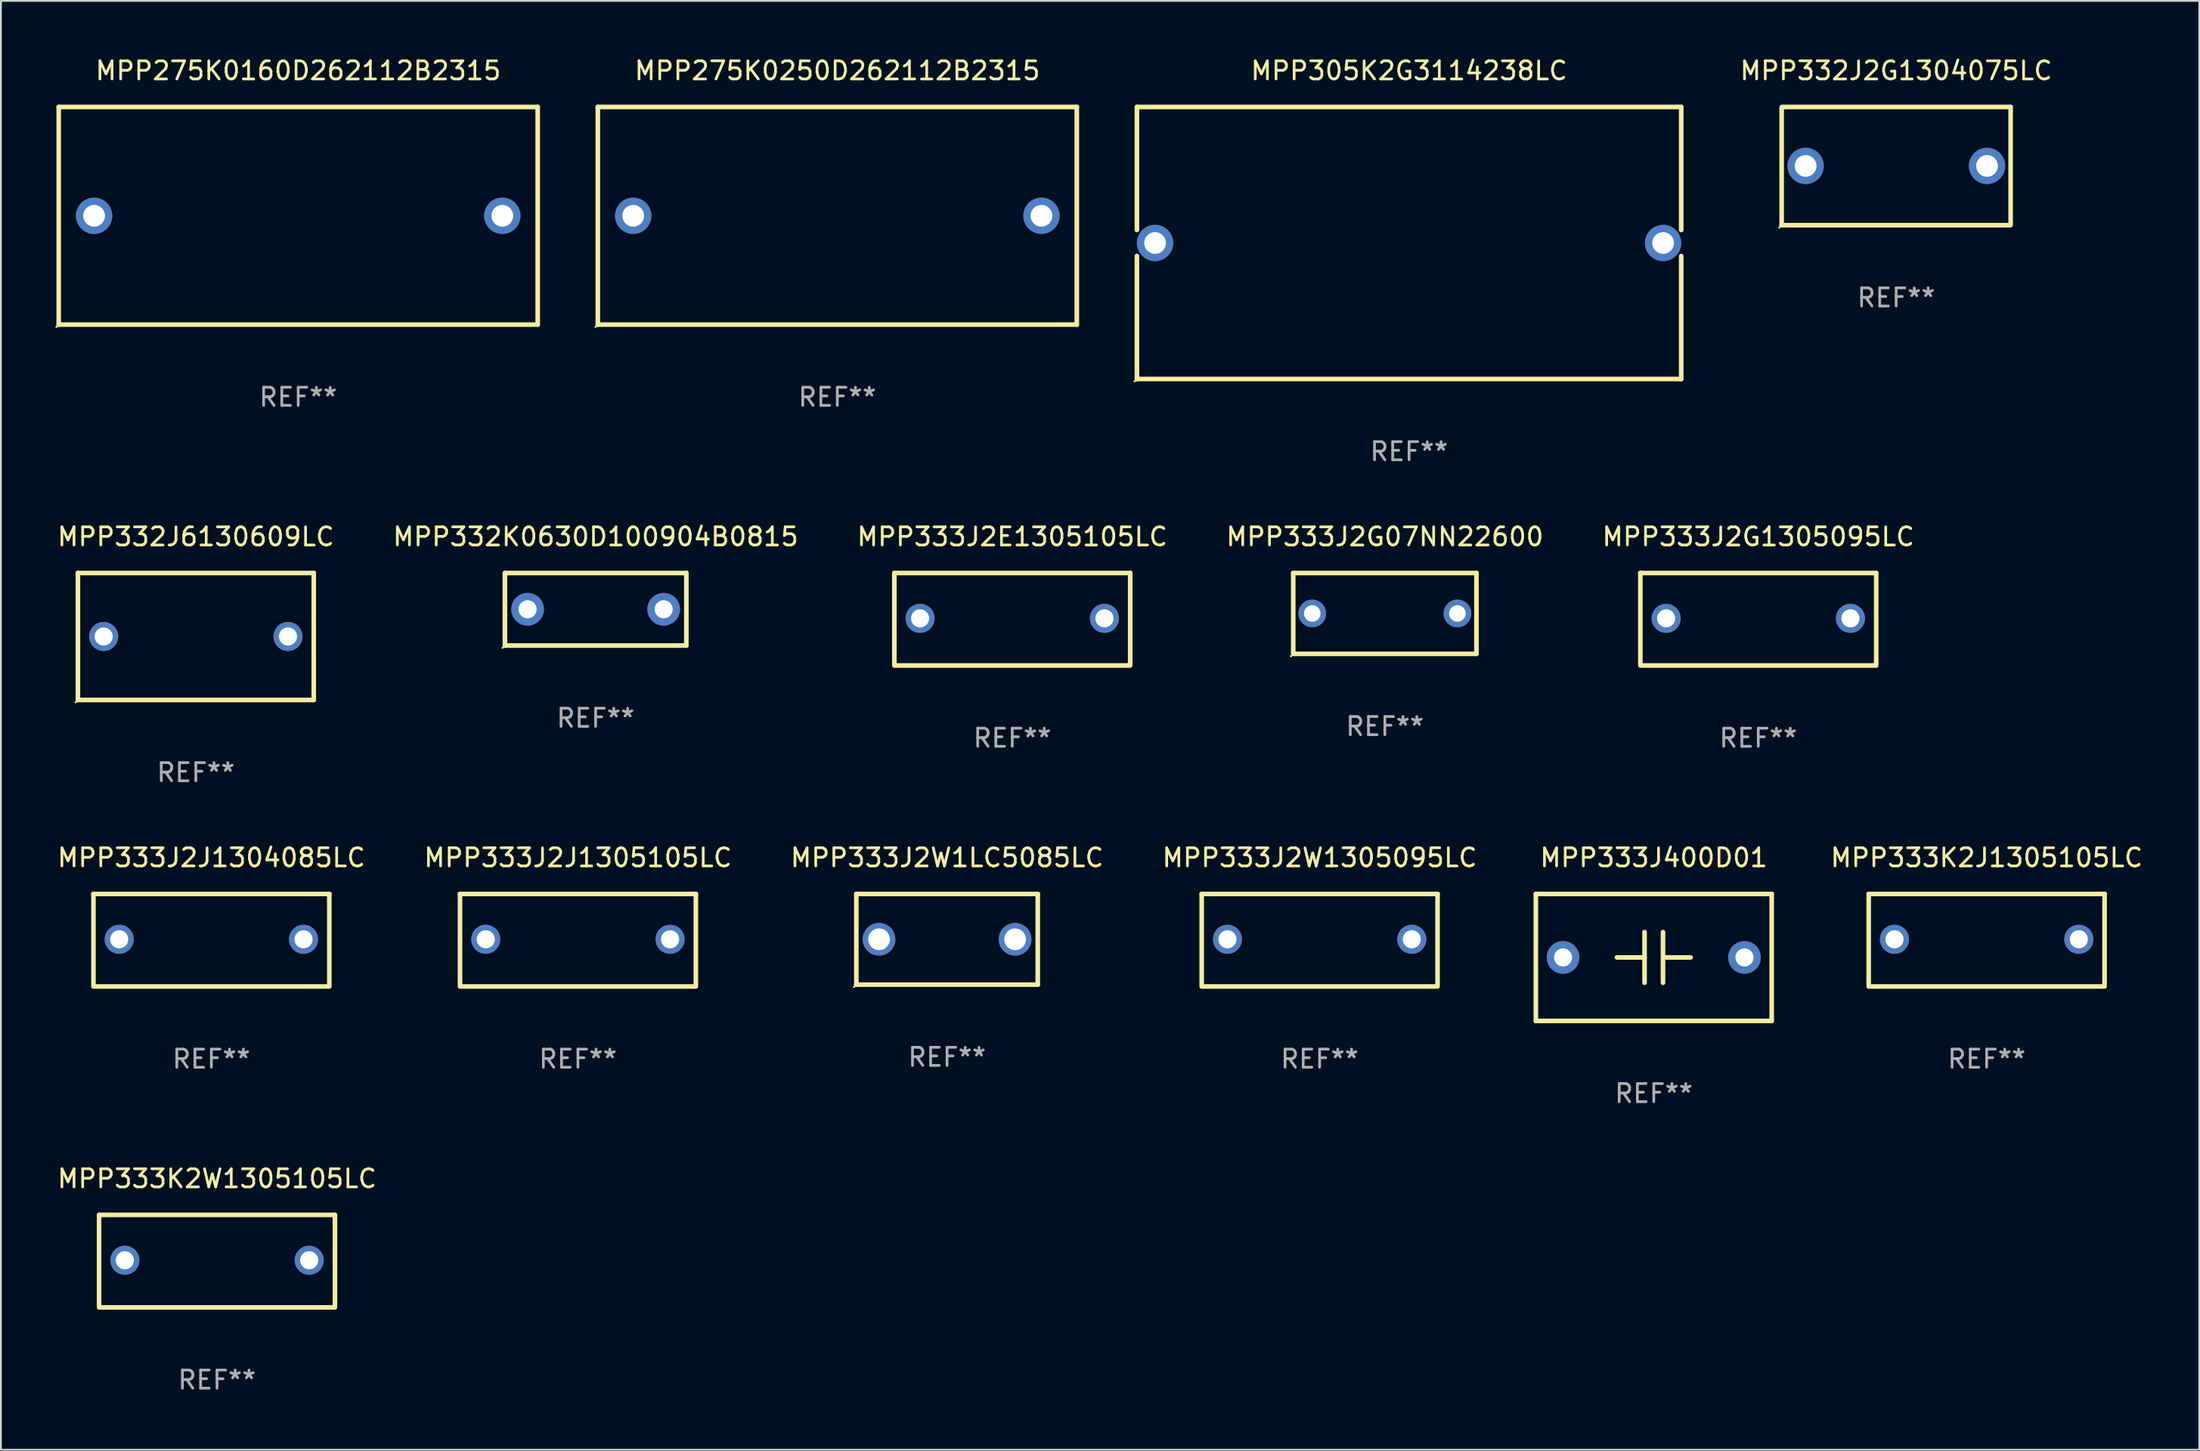
<source format=kicad_pcb>
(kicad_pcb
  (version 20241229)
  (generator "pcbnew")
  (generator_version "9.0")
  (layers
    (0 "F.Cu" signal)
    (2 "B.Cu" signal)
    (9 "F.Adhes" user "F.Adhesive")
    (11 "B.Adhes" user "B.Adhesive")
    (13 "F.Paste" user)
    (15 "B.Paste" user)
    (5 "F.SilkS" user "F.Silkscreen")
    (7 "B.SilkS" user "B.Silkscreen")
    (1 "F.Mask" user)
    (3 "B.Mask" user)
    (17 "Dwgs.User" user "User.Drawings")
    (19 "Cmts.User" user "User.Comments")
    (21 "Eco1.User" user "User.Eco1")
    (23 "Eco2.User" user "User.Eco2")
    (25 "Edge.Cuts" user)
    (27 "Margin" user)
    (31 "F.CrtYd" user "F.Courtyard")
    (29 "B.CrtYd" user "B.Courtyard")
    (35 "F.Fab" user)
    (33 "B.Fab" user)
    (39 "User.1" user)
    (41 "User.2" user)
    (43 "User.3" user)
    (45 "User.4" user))
  (footprint "MPP332K0630D100904B0815"
    (layer "F.Cu")
    (at 29.78 30.545)
    (property "Reference" "MPP332K0630D100904B0815" (at 0 -4 0) (layer "F.SilkS") (effects (font (size 1 1) (thickness 0.15))))
    (attr through_hole)
    (fp_line (start -5 -2) (end 5 -2) (stroke (width 0.254) (type solid)) (layer "F.SilkS"))
    (fp_line (start -5 2) (end -5 -2) (stroke (width 0.254) (type solid)) (layer "F.SilkS"))
    (fp_line (start 5 -2) (end 5 2) (stroke (width 0.254) (type solid)) (layer "F.SilkS"))
    (fp_line (start 5 2) (end -5 2) (stroke (width 0.254) (type solid)) (layer "F.SilkS"))
    (fp_circle (center -5.127 2.127) (end -5.097 2.127) (stroke (width 0.06) (type solid)) (fill no) (layer "F.SilkS"))
    (fp_text user "REF**" (at 0 6 0) (layer "F.Fab") (effects (font (size 1 1) (thickness 0.15))))
    (pad "1" thru_hole circle (at -3.75 0) (size 1.8 1.8) (drill 1) (layers "*.Cu" "*.Mask"))
    (pad "2" thru_hole circle (at 3.75 0) (size 1.8 1.8) (drill 1) (layers "*.Cu" "*.Mask")))
  (footprint "MPP275K0160D262112B2315"
    (layer "F.Cu")
    (at 13.387 8.848)
    (property "Reference" "MPP275K0160D262112B2315" (at 0 -8 0) (layer "F.SilkS") (effects (font (size 1 1) (thickness 0.15))))
    (attr through_hole)
    (fp_line (start -13.2 -6) (end 13.2 -6) (stroke (width 0.254) (type solid)) (layer "F.SilkS"))
    (fp_line (start -13.2 6) (end -13.2 -6) (stroke (width 0.254) (type solid)) (layer "F.SilkS"))
    (fp_line (start -13.2 6) (end 13.2 6) (stroke (width 0.254) (type solid)) (layer "F.SilkS"))
    (fp_line (start 13.2 -6) (end 13.2 6) (stroke (width 0.254) (type solid)) (layer "F.SilkS"))
    (fp_circle (center -13.327 6.127) (end -13.297 6.127) (stroke (width 0.06) (type solid)) (fill no) (layer "F.SilkS"))
    (fp_text user "REF**" (at 0 10 0) (layer "F.Fab") (effects (font (size 1 1) (thickness 0.15))))
    (pad "1" thru_hole circle (at -11.25 0) (size 2 2) (drill 1.2) (layers "*.Cu" "*.Mask"))
    (pad "2" thru_hole circle (at 11.25 0) (size 2 2) (drill 1.2) (layers "*.Cu" "*.Mask")))
  (footprint "MPP333J2G07NN22600"
    (layer "F.Cu")
    (at 73.28 30.775)
    (property "Reference" "MPP333J2G07NN22600" (at 0 -4.23 0) (layer "F.SilkS") (effects (font (size 1 1) (thickness 0.15))))
    (attr through_hole)
    (fp_line (start -5.05 -2.23) (end 5.05 -2.23) (stroke (width 0.254) (type solid)) (layer "F.SilkS"))
    (fp_line (start -5.05 2.23) (end -5.05 -2.23) (stroke (width 0.254) (type solid)) (layer "F.SilkS"))
    (fp_line (start 5.02 2.23) (end -4.98 2.23) (stroke (width 0.254) (type solid)) (layer "F.SilkS"))
    (fp_line (start 5.05 -2.23) (end 5.05 2.23) (stroke (width 0.254) (type solid)) (layer "F.SilkS"))
    (fp_circle (center -5.177 2.357) (end -5.147 2.357) (stroke (width 0.06) (type solid)) (fill no) (layer "F.SilkS"))
    (fp_text user "REF**" (at 0 6.23 0) (layer "F.Fab") (effects (font (size 1 1) (thickness 0.15))))
    (pad "1" thru_hole circle (at -4.001 0.000064) (size 1.524 1.524) (drill 0.914) (layers "*.Cu" "*.Mask"))
    (pad "2" thru_hole circle (at 4 0.000064) (size 1.524 1.524) (drill 0.914) (layers "*.Cu" "*.Mask")))
  (footprint "MPP332J6130609LC"
    (layer "F.Cu")
    (at 7.744 32.045)
    (property "Reference" "MPP332J6130609LC" (at 0 -5.5 0) (layer "F.SilkS") (effects (font (size 1 1) (thickness 0.15))))
    (attr through_hole)
    (fp_line (start -6.5 -3.5) (end 6.5 -3.5) (stroke (width 0.254) (type solid)) (layer "F.SilkS"))
    (fp_line (start -6.5 3.5) (end -6.5 -3.5) (stroke (width 0.254) (type solid)) (layer "F.SilkS"))
    (fp_line (start 6.5 -3.5) (end 6.5 3.5) (stroke (width 0.254) (type solid)) (layer "F.SilkS"))
    (fp_line (start 6.5 3.5) (end -6.5 3.5) (stroke (width 0.254) (type solid)) (layer "F.SilkS"))
    (fp_circle (center -6.627 3.627) (end -6.597 3.627) (stroke (width 0.06) (type solid)) (fill no) (layer "F.SilkS"))
    (fp_text user "REF**" (at 0 7.5 0) (layer "F.Fab") (effects (font (size 1 1) (thickness 0.15))))
    (pad "1" thru_hole circle (at -5.08 -0.000127) (size 1.6 1.6) (drill 1) (layers "*.Cu" "*.Mask"))
    (pad "2" thru_hole circle (at 5.08 -0.000127) (size 1.6 1.6) (drill 1) (layers "*.Cu" "*.Mask")))
  (footprint "MPP333J2J1305105LC"
    (layer "F.Cu")
    (at 28.804 48.791)
    (property "Reference" "MPP333J2J1305105LC" (at 0 -4.55 0) (layer "F.SilkS") (effects (font (size 1 1) (thickness 0.15))))
    (attr through_hole)
    (fp_line (start -6.5 -2.55) (end 6.5 -2.55) (stroke (width 0.254) (type solid)) (layer "F.SilkS"))
    (fp_line (start -6.5 2.45) (end -6.5 -2.55) (stroke (width 0.254) (type solid)) (layer "F.SilkS"))
    (fp_line (start 6.5 -2.55) (end 6.5 2.45) (stroke (width 0.254) (type solid)) (layer "F.SilkS"))
    (fp_line (start 6.5 2.55) (end -6.5 2.55) (stroke (width 0.254) (type solid)) (layer "F.SilkS"))
    (fp_circle (center -6.5 2.45) (end -6.47 2.45) (stroke (width 0.06) (type solid)) (fill no) (layer "F.SilkS"))
    (fp_text user "REF**" (at 0 6.55 0) (layer "F.Fab") (effects (font (size 1 1) (thickness 0.15))))
    (pad "1" thru_hole circle (at -5.08 -0.05) (size 1.6 1.6) (drill 1) (layers "*.Cu" "*.Mask"))
    (pad "2" thru_hole circle (at 5.08 -0.05) (size 1.6 1.6) (drill 1) (layers "*.Cu" "*.Mask")))
  (footprint "MPP332J2G1304075LC"
    (layer "F.Cu")
    (at 101.462 6.108)
    (property "Reference" "MPP332J2G1304075LC" (at 0 -5.26 0) (layer "F.SilkS") (effects (font (size 1 1) (thickness 0.15))))
    (attr through_hole)
    (fp_line (start -6.31 3.26) (end -6.31 -3.24) (stroke (width 0.254) (type solid)) (layer "F.SilkS"))
    (fp_line (start -6.29 -3.26) (end 6.31 -3.26) (stroke (width 0.254) (type solid)) (layer "F.SilkS"))
    (fp_line (start 6.29 3.26) (end -6.31 3.26) (stroke (width 0.254) (type solid)) (layer "F.SilkS"))
    (fp_line (start 6.31 -3.26) (end 6.31 3.24) (stroke (width 0.254) (type solid)) (layer "F.SilkS"))
    (fp_circle (center -6.437 3.387) (end -6.407 3.387) (stroke (width 0.06) (type solid)) (fill no) (layer "F.SilkS"))
    (fp_text user "REF**" (at 0 7.26 0) (layer "F.Fab") (effects (font (size 1 1) (thickness 0.15))))
    (pad "1" thru_hole circle (at -4.99 -0.01) (size 2 2) (drill 1.2) (layers "*.Cu" "*.Mask"))
    (pad "2" thru_hole circle (at 5.01 -0.01) (size 2 2) (drill 1.2) (layers "*.Cu" "*.Mask")))
  (footprint "MPP333K2W1305105LC"
    (layer "F.Cu")
    (at 8.911 66.488)
    (property "Reference" "MPP333K2W1305105LC" (at 0 -4.55 0) (layer "F.SilkS") (effects (font (size 1 1) (thickness 0.15))))
    (attr through_hole)
    (fp_line (start -6.5 -2.55) (end 6.5 -2.55) (stroke (width 0.254) (type solid)) (layer "F.SilkS"))
    (fp_line (start -6.5 2.45) (end -6.5 -2.55) (stroke (width 0.254) (type solid)) (layer "F.SilkS"))
    (fp_line (start 6.5 -2.55) (end 6.5 2.45) (stroke (width 0.254) (type solid)) (layer "F.SilkS"))
    (fp_line (start 6.5 2.55) (end -6.5 2.55) (stroke (width 0.254) (type solid)) (layer "F.SilkS"))
    (fp_circle (center -6.5 2.45) (end -6.47 2.45) (stroke (width 0.06) (type solid)) (fill no) (layer "F.SilkS"))
    (fp_text user "REF**" (at 0 6.55 0) (layer "F.Fab") (effects (font (size 1 1) (thickness 0.15))))
    (pad "1" thru_hole circle (at -5.08 -0.05) (size 1.6 1.6) (drill 1) (layers "*.Cu" "*.Mask"))
    (pad "2" thru_hole circle (at 5.08 -0.05) (size 1.6 1.6) (drill 1) (layers "*.Cu" "*.Mask")))
  (footprint "MPP333K2J1305105LC"
    (layer "F.Cu")
    (at 106.45 48.791)
    (property "Reference" "MPP333K2J1305105LC" (at 0 -4.55 0) (layer "F.SilkS") (effects (font (size 1 1) (thickness 0.15))))
    (attr through_hole)
    (fp_line (start -6.5 -2.55) (end 6.5 -2.55) (stroke (width 0.254) (type solid)) (layer "F.SilkS"))
    (fp_line (start -6.5 2.45) (end -6.5 -2.55) (stroke (width 0.254) (type solid)) (layer "F.SilkS"))
    (fp_line (start 6.5 -2.55) (end 6.5 2.45) (stroke (width 0.254) (type solid)) (layer "F.SilkS"))
    (fp_line (start 6.5 2.55) (end -6.5 2.55) (stroke (width 0.254) (type solid)) (layer "F.SilkS"))
    (fp_circle (center -6.5 2.45) (end -6.47 2.45) (stroke (width 0.06) (type solid)) (fill no) (layer "F.SilkS"))
    (fp_text user "REF**" (at 0 6.55 0) (layer "F.Fab") (effects (font (size 1 1) (thickness 0.15))))
    (pad "1" thru_hole circle (at -5.08 -0.05) (size 1.6 1.6) (drill 1) (layers "*.Cu" "*.Mask"))
    (pad "2" thru_hole circle (at 5.08 -0.05) (size 1.6 1.6) (drill 1) (layers "*.Cu" "*.Mask")))
  (footprint "MPP333J400D01"
    (layer "F.Cu")
    (at 88.103 49.741)
    (property "Reference" "MPP333J400D01" (at 0 -5.5 0) (layer "F.SilkS") (effects (font (size 1 1) (thickness 0.15))))
    (attr through_hole)
    (fp_line (start -6.5 -3.5) (end -6.5 3.5) (stroke (width 0.254) (type solid)) (layer "F.SilkS"))
    (fp_line (start -6.5 -3.5) (end 6.5 -3.5) (stroke (width 0.254) (type solid)) (layer "F.SilkS"))
    (fp_line (start -6.5 3.5) (end 6.5 3.5) (stroke (width 0.254) (type solid)) (layer "F.SilkS"))
    (fp_line (start -0.508 -0.000025) (end -2.032 -0.000025) (stroke (width 0.254) (type solid)) (layer "F.SilkS"))
    (fp_line (start -0.508 1.397) (end -0.508 -1.397) (stroke (width 0.254) (type solid)) (layer "F.SilkS"))
    (fp_line (start 0.508 -1.397) (end 0.508 1.397) (stroke (width 0.254) (type solid)) (layer "F.SilkS"))
    (fp_line (start 0.508 0.000025) (end 2.032 0.000025) (stroke (width 0.254) (type solid)) (layer "F.SilkS"))
    (fp_line (start 6.5 -3.5) (end 6.5 3.5) (stroke (width 0.254) (type solid)) (layer "F.SilkS"))
    (fp_circle (center -6.5 3.5) (end -6.47 3.5) (stroke (width 0.06) (type solid)) (fill no) (layer "F.SilkS"))
    (fp_text user "REF**" (at 0 7.5 0) (layer "F.Fab") (effects (font (size 1 1) (thickness 0.15))))
    (pad "1" thru_hole circle (at -5 0.000025) (size 1.8 1.8) (drill 1) (layers "*.Cu" "*.Mask"))
    (pad "2" thru_hole circle (at 5 0) (size 1.8 1.8) (drill 1) (layers "*.Cu" "*.Mask")))
  (footprint "MPP305K2G3114238LC"
    (layer "F.Cu")
    (at 74.615 10.348)
    (property "Reference" "MPP305K2G3114238LC" (at 0 -9.5 0) (layer "F.SilkS") (effects (font (size 1 1) (thickness 0.15))))
    (attr through_hole)
    (fp_line (start -15 -7.5) (end -15 -0.717) (stroke (width 0.254) (type solid)) (layer "F.SilkS"))
    (fp_line (start -15 -7.5) (end 15 -7.5) (stroke (width 0.254) (type solid)) (layer "F.SilkS"))
    (fp_line (start -15 0.717) (end -15 7.5) (stroke (width 0.254) (type solid)) (layer "F.SilkS"))
    (fp_line (start 15 -7.5) (end 15 -0.717) (stroke (width 0.254) (type solid)) (layer "F.SilkS"))
    (fp_line (start 15 0.717) (end 15 7.5) (stroke (width 0.254) (type solid)) (layer "F.SilkS"))
    (fp_line (start 15 7.5) (end -15 7.5) (stroke (width 0.254) (type solid)) (layer "F.SilkS"))
    (fp_circle (center -15.127 7.627) (end -15.097 7.627) (stroke (width 0.06) (type solid)) (fill no) (layer "F.SilkS"))
    (fp_text user "REF**" (at 0 11.5 0) (layer "F.Fab") (effects (font (size 1 1) (thickness 0.15))))
    (pad "1" thru_hole circle (at -14.001 0) (size 2 2) (drill 1.2) (layers "*.Cu" "*.Mask"))
    (pad "2" thru_hole circle (at 14.001 0) (size 2 2) (drill 1.2) (layers "*.Cu" "*.Mask")))
  (footprint "MPP333J2E1305105LC"
    (layer "F.Cu")
    (at 52.744 31.095)
    (property "Reference" "MPP333J2E1305105LC" (at 0 -4.55 0) (layer "F.SilkS") (effects (font (size 1 1) (thickness 0.15))))
    (attr through_hole)
    (fp_line (start -6.5 -2.55) (end 6.5 -2.55) (stroke (width 0.254) (type solid)) (layer "F.SilkS"))
    (fp_line (start -6.5 2.45) (end -6.5 -2.55) (stroke (width 0.254) (type solid)) (layer "F.SilkS"))
    (fp_line (start 6.5 -2.55) (end 6.5 2.45) (stroke (width 0.254) (type solid)) (layer "F.SilkS"))
    (fp_line (start 6.5 2.55) (end -6.5 2.55) (stroke (width 0.254) (type solid)) (layer "F.SilkS"))
    (fp_circle (center -6.5 2.45) (end -6.47 2.45) (stroke (width 0.06) (type solid)) (fill no) (layer "F.SilkS"))
    (fp_text user "REF**" (at 0 6.55 0) (layer "F.Fab") (effects (font (size 1 1) (thickness 0.15))))
    (pad "1" thru_hole circle (at -5.08 -0.05) (size 1.6 1.6) (drill 1) (layers "*.Cu" "*.Mask"))
    (pad "2" thru_hole circle (at 5.08 -0.05) (size 1.6 1.6) (drill 1) (layers "*.Cu" "*.Mask")))
  (footprint "MPP333J2W1LC5085LC"
    (layer "F.Cu")
    (at 49.149 48.741)
    (property "Reference" "MPP333J2W1LC5085LC" (at 0 -4.5 0) (layer "F.SilkS") (effects (font (size 1 1) (thickness 0.15))))
    (attr through_hole)
    (fp_line (start -5 -2.5) (end 5 -2.5) (stroke (width 0.254) (type solid)) (layer "F.SilkS"))
    (fp_line (start -5 2.5) (end -5 -2.5) (stroke (width 0.254) (type solid)) (layer "F.SilkS"))
    (fp_line (start 5 -2.5) (end 5 2.5) (stroke (width 0.254) (type solid)) (layer "F.SilkS"))
    (fp_line (start 5 2.5) (end -5 2.5) (stroke (width 0.254) (type solid)) (layer "F.SilkS"))
    (fp_circle (center -5.127 2.627) (end -5.097 2.627) (stroke (width 0.06) (type solid)) (fill no) (layer "F.SilkS"))
    (fp_text user "REF**" (at 0 6.5 0) (layer "F.Fab") (effects (font (size 1 1) (thickness 0.15))))
    (pad "1" thru_hole circle (at -3.75 0) (size 1.8 1.8) (drill 1.2) (layers "*.Cu" "*.Mask"))
    (pad "2" thru_hole circle (at 3.75 0) (size 1.8 1.8) (drill 1.2) (layers "*.Cu" "*.Mask")))
  (footprint "MPP333J2G1305095LC"
    (layer "F.Cu")
    (at 93.863 31.095)
    (property "Reference" "MPP333J2G1305095LC" (at 0 -4.55 0) (layer "F.SilkS") (effects (font (size 1 1) (thickness 0.15))))
    (attr through_hole)
    (fp_line (start -6.5 -2.55) (end 6.5 -2.55) (stroke (width 0.254) (type solid)) (layer "F.SilkS"))
    (fp_line (start -6.5 2.45) (end -6.5 -2.55) (stroke (width 0.254) (type solid)) (layer "F.SilkS"))
    (fp_line (start 6.5 -2.55) (end 6.5 2.45) (stroke (width 0.254) (type solid)) (layer "F.SilkS"))
    (fp_line (start 6.5 2.55) (end -6.5 2.55) (stroke (width 0.254) (type solid)) (layer "F.SilkS"))
    (fp_circle (center -6.5 2.45) (end -6.47 2.45) (stroke (width 0.06) (type solid)) (fill no) (layer "F.SilkS"))
    (fp_text user "REF**" (at 0 6.55 0) (layer "F.Fab") (effects (font (size 1 1) (thickness 0.15))))
    (pad "1" thru_hole circle (at -5.08 -0.05) (size 1.6 1.6) (drill 1) (layers "*.Cu" "*.Mask"))
    (pad "2" thru_hole circle (at 5.08 -0.05) (size 1.6 1.6) (drill 1) (layers "*.Cu" "*.Mask")))
  (footprint "MPP333J2W1305095LC"
    (layer "F.Cu")
    (at 69.685 48.791)
    (property "Reference" "MPP333J2W1305095LC" (at 0 -4.55 0) (layer "F.SilkS") (effects (font (size 1 1) (thickness 0.15))))
    (attr through_hole)
    (fp_line (start -6.5 -2.55) (end 6.5 -2.55) (stroke (width 0.254) (type solid)) (layer "F.SilkS"))
    (fp_line (start -6.5 2.45) (end -6.5 -2.55) (stroke (width 0.254) (type solid)) (layer "F.SilkS"))
    (fp_line (start 6.5 -2.55) (end 6.5 2.45) (stroke (width 0.254) (type solid)) (layer "F.SilkS"))
    (fp_line (start 6.5 2.55) (end -6.5 2.55) (stroke (width 0.254) (type solid)) (layer "F.SilkS"))
    (fp_circle (center -6.5 2.45) (end -6.47 2.45) (stroke (width 0.06) (type solid)) (fill no) (layer "F.SilkS"))
    (fp_text user "REF**" (at 0 6.55 0) (layer "F.Fab") (effects (font (size 1 1) (thickness 0.15))))
    (pad "1" thru_hole circle (at -5.08 -0.05) (size 1.6 1.6) (drill 1) (layers "*.Cu" "*.Mask"))
    (pad "2" thru_hole circle (at 5.08 -0.05) (size 1.6 1.6) (drill 1) (layers "*.Cu" "*.Mask")))
  (footprint "MPP275K0250D262112B2315"
    (layer "F.Cu")
    (at 43.101 8.848)
    (property "Reference" "MPP275K0250D262112B2315" (at 0 -8 0) (layer "F.SilkS") (effects (font (size 1 1) (thickness 0.15))))
    (attr through_hole)
    (fp_line (start -13.2 -6) (end 13.2 -6) (stroke (width 0.254) (type solid)) (layer "F.SilkS"))
    (fp_line (start -13.2 6) (end -13.2 -6) (stroke (width 0.254) (type solid)) (layer "F.SilkS"))
    (fp_line (start -13.2 6) (end 13.2 6) (stroke (width 0.254) (type solid)) (layer "F.SilkS"))
    (fp_line (start 13.2 -6) (end 13.2 6) (stroke (width 0.254) (type solid)) (layer "F.SilkS"))
    (fp_circle (center -13.327 6.127) (end -13.297 6.127) (stroke (width 0.06) (type solid)) (fill no) (layer "F.SilkS"))
    (fp_text user "REF**" (at 0 10 0) (layer "F.Fab") (effects (font (size 1 1) (thickness 0.15))))
    (pad "1" thru_hole circle (at -11.25 0) (size 2 2) (drill 1.2) (layers "*.Cu" "*.Mask"))
    (pad "2" thru_hole circle (at 11.25 0) (size 2 2) (drill 1.2) (layers "*.Cu" "*.Mask")))
  (footprint "MPP333J2J1304085LC"
    (layer "F.Cu")
    (at 8.601 48.791)
    (property "Reference" "MPP333J2J1304085LC" (at 0 -4.55 0) (layer "F.SilkS") (effects (font (size 1 1) (thickness 0.15))))
    (attr through_hole)
    (fp_line (start -6.5 -2.55) (end 6.5 -2.55) (stroke (width 0.254) (type solid)) (layer "F.SilkS"))
    (fp_line (start -6.5 2.45) (end -6.5 -2.55) (stroke (width 0.254) (type solid)) (layer "F.SilkS"))
    (fp_line (start 6.5 -2.55) (end 6.5 2.45) (stroke (width 0.254) (type solid)) (layer "F.SilkS"))
    (fp_line (start 6.5 2.55) (end -6.5 2.55) (stroke (width 0.254) (type solid)) (layer "F.SilkS"))
    (fp_circle (center -6.5 2.45) (end -6.47 2.45) (stroke (width 0.06) (type solid)) (fill no) (layer "F.SilkS"))
    (fp_text user "REF**" (at 0 6.55 0) (layer "F.Fab") (effects (font (size 1 1) (thickness 0.15))))
    (pad "1" thru_hole circle (at -5.08 -0.05) (size 1.6 1.6) (drill 1) (layers "*.Cu" "*.Mask"))
    (pad "2" thru_hole circle (at 5.08 -0.05) (size 1.6 1.6) (drill 1) (layers "*.Cu" "*.Mask")))
  (gr_rect
    (start -3 -3)
    (end 118.171 76.886)
    (stroke (width 0.1) (type default))
    (fill no)
    (layer "Edge.Cuts")))
</source>
